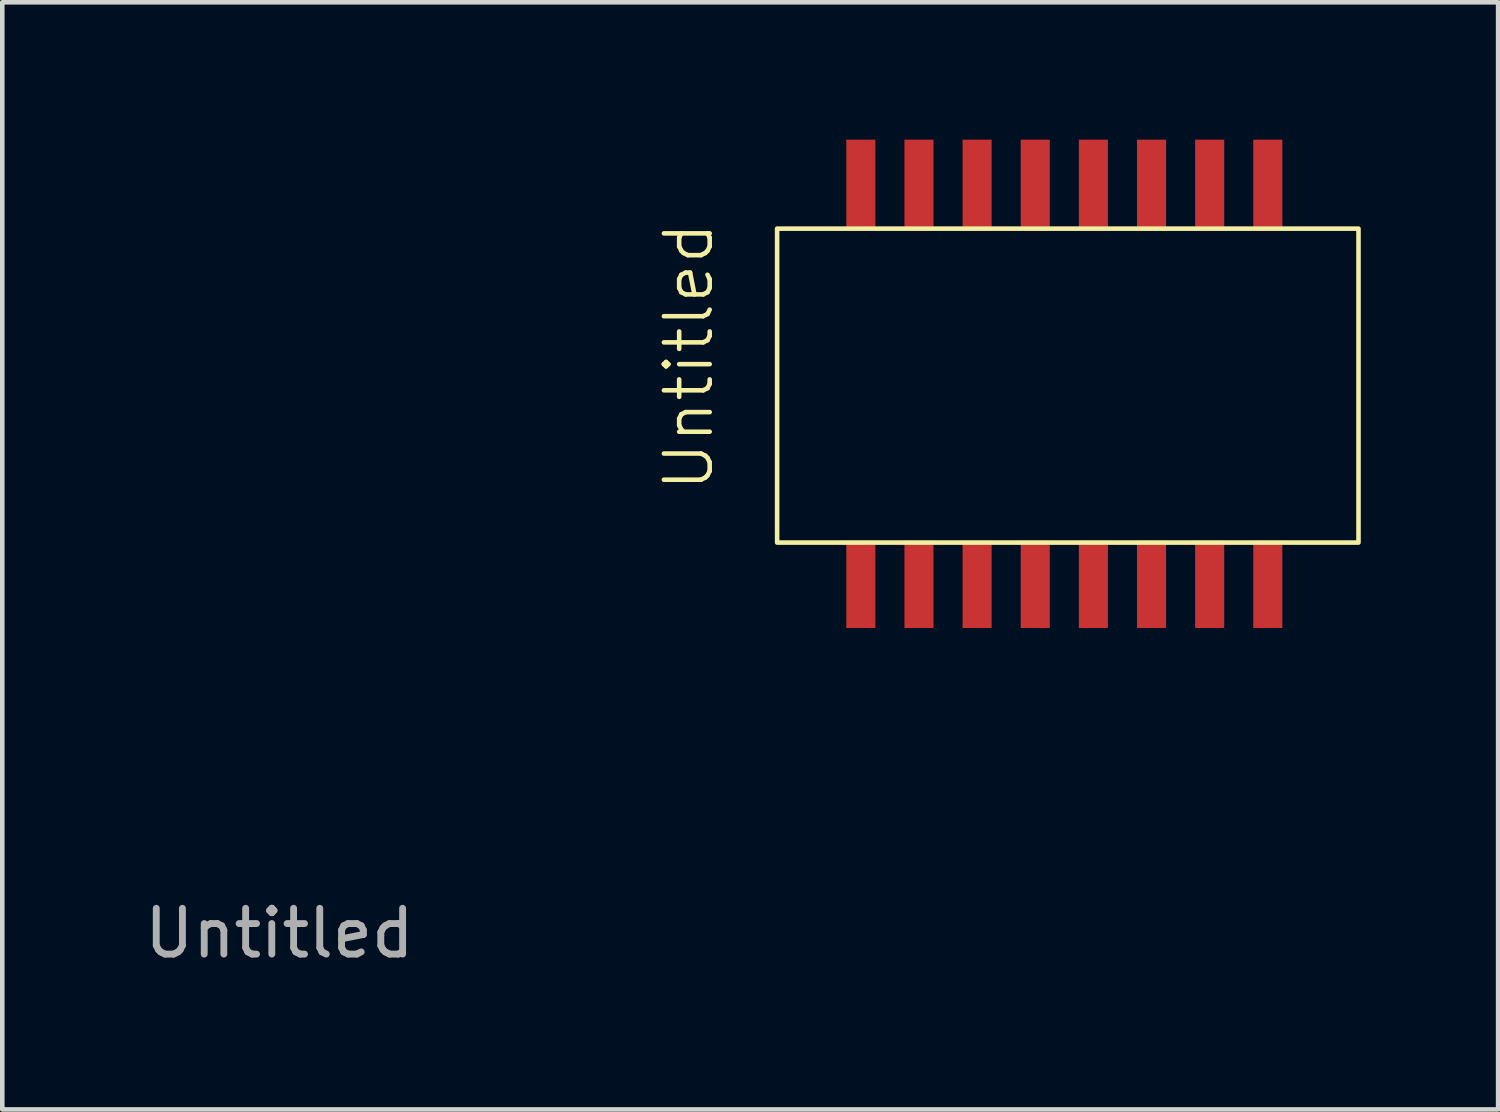
<source format=kicad_pcb>
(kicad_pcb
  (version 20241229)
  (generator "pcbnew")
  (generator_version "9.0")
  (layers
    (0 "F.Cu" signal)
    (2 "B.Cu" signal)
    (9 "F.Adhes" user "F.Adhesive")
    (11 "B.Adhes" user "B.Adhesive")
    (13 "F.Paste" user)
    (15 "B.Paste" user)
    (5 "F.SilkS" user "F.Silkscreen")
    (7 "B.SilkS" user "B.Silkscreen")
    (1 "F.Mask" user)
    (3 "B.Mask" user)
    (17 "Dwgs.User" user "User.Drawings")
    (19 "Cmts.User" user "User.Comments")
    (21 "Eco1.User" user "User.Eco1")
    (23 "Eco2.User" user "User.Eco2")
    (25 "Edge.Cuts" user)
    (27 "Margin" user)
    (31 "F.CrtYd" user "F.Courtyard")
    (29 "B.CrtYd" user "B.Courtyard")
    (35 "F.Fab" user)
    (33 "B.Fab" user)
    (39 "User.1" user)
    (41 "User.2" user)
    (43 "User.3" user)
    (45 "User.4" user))
  (footprint "Untitled"
    (layer "F.Cu")
    (at 15.754 9.716)
    (property "Reference" "Untitled" (at -3.759 -4.978 90) (unlocked yes) (layer "F.SilkS") (effects (font (size 1 1) (thickness 0.1))))
    (attr smd)
    (fp_rect (start -1.829 -7.772) (end 10.871 -0.914) (stroke (width 0.1) (type solid)) (fill no) (layer "F.SilkS"))
    (fp_text user "${REFERENCE}" (at -12.7 7.62 0) (unlocked yes) (layer "F.Fab") (effects (font (size 1 1) (thickness 0.15))))
    (pad "1" smd rect (at 0 0) (size 0.635 1.905) (layers "F.Cu" "F.Mask" "F.Paste"))
    (pad "2" smd rect (at 1.27 0) (size 0.635 1.905) (layers "F.Cu" "F.Mask" "F.Paste"))
    (pad "3" smd rect (at 2.54 0) (size 0.635 1.905) (layers "F.Cu" "F.Mask" "F.Paste"))
    (pad "4" smd rect (at 3.81 0) (size 0.635 1.905) (layers "F.Cu" "F.Mask" "F.Paste"))
    (pad "5" smd rect (at 5.08 0) (size 0.635 1.905) (layers "F.Cu" "F.Mask" "F.Paste"))
    (pad "6" smd rect (at 6.35 0) (size 0.635 1.905) (layers "F.Cu" "F.Mask" "F.Paste"))
    (pad "7" smd rect (at 7.62 0) (size 0.635 1.905) (layers "F.Cu" "F.Mask" "F.Paste"))
    (pad "8" smd rect (at 8.89 0) (size 0.635 1.905) (layers "F.Cu" "F.Mask" "F.Paste"))
    (pad "9" smd rect (at 8.89 -8.763) (size 0.635 1.905) (layers "F.Cu" "F.Mask" "F.Paste"))
    (pad "10" smd rect (at 7.62 -8.763) (size 0.635 1.905) (layers "F.Cu" "F.Mask" "F.Paste"))
    (pad "11" smd rect (at 6.35 -8.763) (size 0.635 1.905) (layers "F.Cu" "F.Mask" "F.Paste"))
    (pad "12" smd rect (at 5.08 -8.763) (size 0.635 1.905) (layers "F.Cu" "F.Mask" "F.Paste"))
    (pad "13" smd rect (at 3.81 -8.763) (size 0.635 1.905) (layers "F.Cu" "F.Mask" "F.Paste"))
    (pad "14" smd rect (at 2.54 -8.763) (size 0.635 1.905) (layers "F.Cu" "F.Mask" "F.Paste"))
    (pad "15" smd rect (at 1.27 -8.763) (size 0.635 1.905) (layers "F.Cu" "F.Mask" "F.Paste"))
    (pad "16" smd rect (at 0 -8.763) (size 0.635 1.905) (layers "F.Cu" "F.Mask" "F.Paste")))
  (gr_rect
    (start -3 -3)
    (end 29.675 21.184)
    (stroke (width 0.1) (type default))
    (fill no)
    (layer "Edge.Cuts")))
</source>
